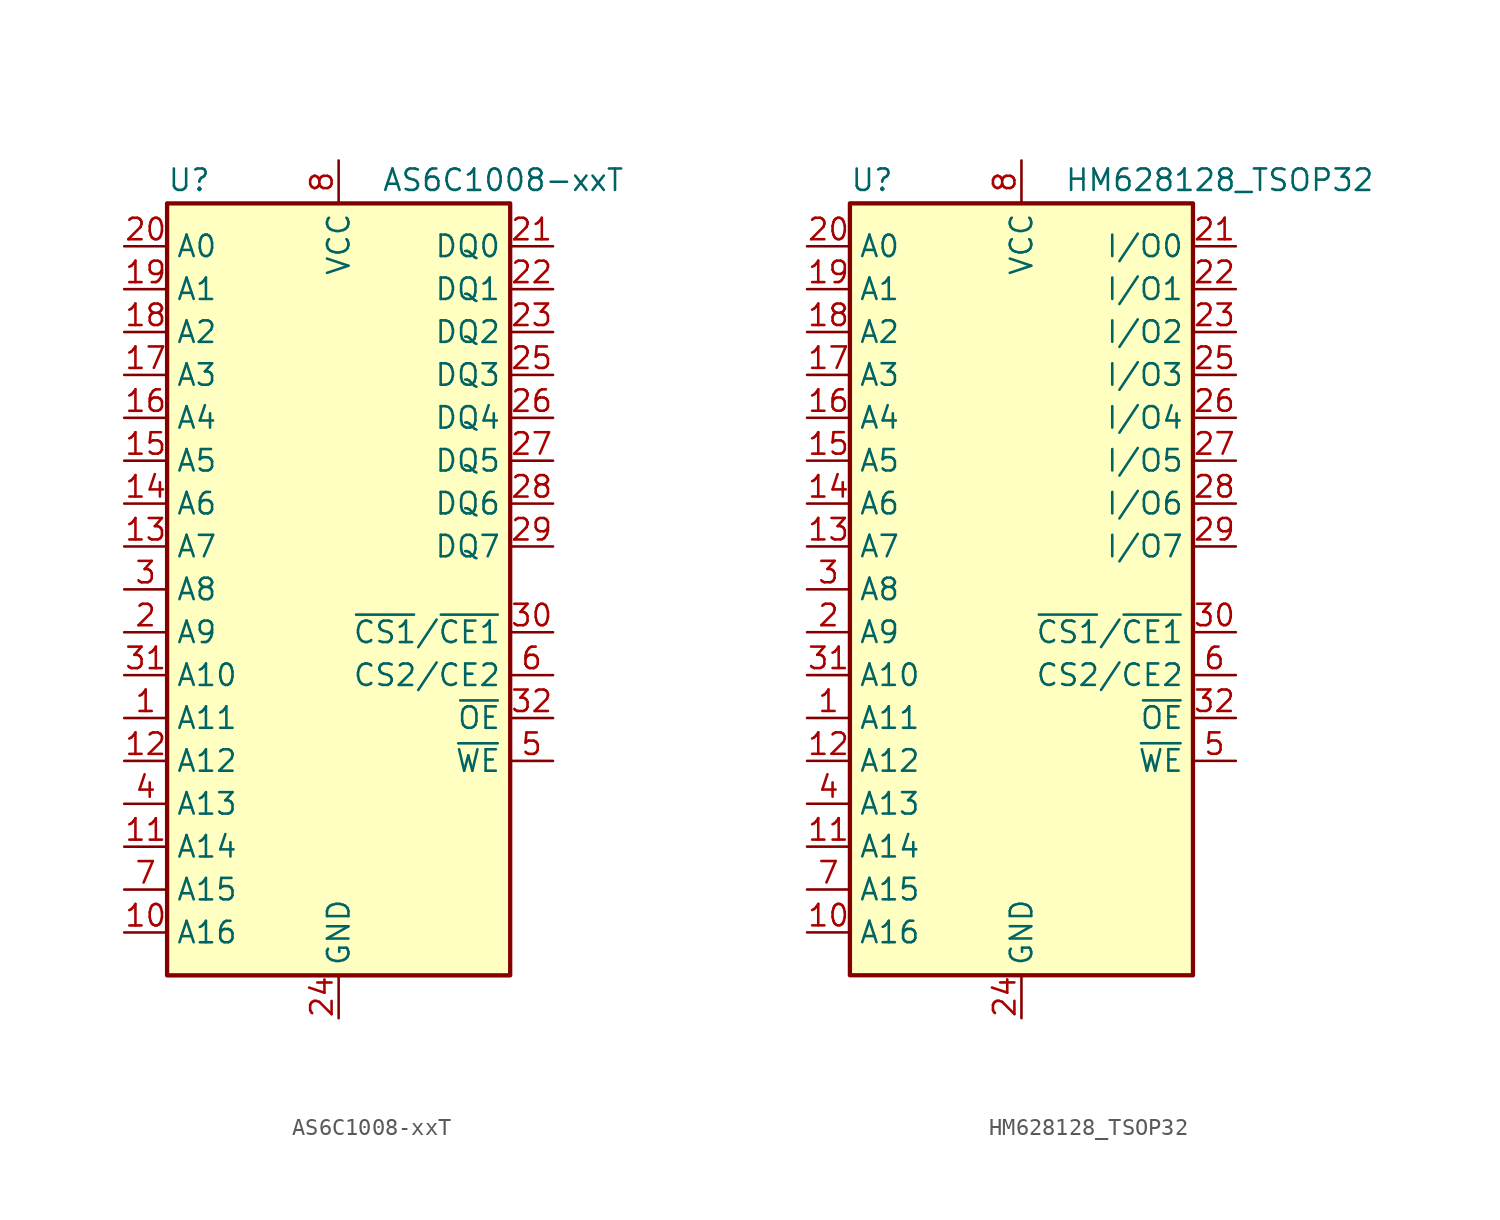
<source format=kicad_sym>
(kicad_symbol_lib
  (version 20241209)
  (generator "kicad_symbol_editor")
  (generator_version "9.0")
  (symbol "AS6C1008-xxT"
    (property "Reference" "U"
      (at -10.16 23.495 0)
      (effects (font (size 1.27 1.27)) (justify left bottom)))
    (property "Value" "AS6C1008-xxT"
      (at 2.54 23.495 0)
      (effects (font (size 1.27 1.27)) (justify left bottom)))
    (symbol "AS6C1008-xxT_0_0"
      (pin power_in line (at 0 25.4 270) (length 2.54) (name "VCC" (effects (font (size 1.27 1.27)))) (number "8" (effects (font (size 1.27 1.27)))))
      (pin power_in line (at 0 -25.4 90) (length 2.54) (name "GND" (effects (font (size 1.27 1.27)))) (number "24" (effects (font (size 1.27 1.27))))))
    (symbol "AS6C1008-xxT_0_1"
      (rectangle (start -10.16 22.86) (end 10.16 -22.86) (stroke (width 0.254) (type default)) (fill (type background))))
    (symbol "AS6C1008-xxT_1_1"
      (pin input line (at -12.7 20.32 0) (length 2.54) (name "A0" (effects (font (size 1.27 1.27)))) (number "20" (effects (font (size 1.27 1.27)))))
      (pin input line (at -12.7 17.78 0) (length 2.54) (name "A1" (effects (font (size 1.27 1.27)))) (number "19" (effects (font (size 1.27 1.27)))))
      (pin input line (at -12.7 15.24 0) (length 2.54) (name "A2" (effects (font (size 1.27 1.27)))) (number "18" (effects (font (size 1.27 1.27)))))
      (pin input line (at -12.7 12.7 0) (length 2.54) (name "A3" (effects (font (size 1.27 1.27)))) (number "17" (effects (font (size 1.27 1.27)))))
      (pin input line (at -12.7 10.16 0) (length 2.54) (name "A4" (effects (font (size 1.27 1.27)))) (number "16" (effects (font (size 1.27 1.27)))))
      (pin input line (at -12.7 7.62 0) (length 2.54) (name "A5" (effects (font (size 1.27 1.27)))) (number "15" (effects (font (size 1.27 1.27)))))
      (pin input line (at -12.7 5.08 0) (length 2.54) (name "A6" (effects (font (size 1.27 1.27)))) (number "14" (effects (font (size 1.27 1.27)))))
      (pin input line (at -12.7 2.54 0) (length 2.54) (name "A7" (effects (font (size 1.27 1.27)))) (number "13" (effects (font (size 1.27 1.27)))))
      (pin input line (at -12.7 0 0) (length 2.54) (name "A8" (effects (font (size 1.27 1.27)))) (number "3" (effects (font (size 1.27 1.27)))))
      (pin input line (at -12.7 -2.54 0) (length 2.54) (name "A9" (effects (font (size 1.27 1.27)))) (number "2" (effects (font (size 1.27 1.27)))))
      (pin input line (at -12.7 -5.08 0) (length 2.54) (name "A10" (effects (font (size 1.27 1.27)))) (number "31" (effects (font (size 1.27 1.27)))))
      (pin input line (at -12.7 -7.62 0) (length 2.54) (name "A11" (effects (font (size 1.27 1.27)))) (number "1" (effects (font (size 1.27 1.27)))))
      (pin input line (at -12.7 -10.16 0) (length 2.54) (name "A12" (effects (font (size 1.27 1.27)))) (number "12" (effects (font (size 1.27 1.27)))))
      (pin input line (at -12.7 -12.7 0) (length 2.54) (name "A13" (effects (font (size 1.27 1.27)))) (number "4" (effects (font (size 1.27 1.27)))))
      (pin input line (at -12.7 -15.24 0) (length 2.54) (name "A14" (effects (font (size 1.27 1.27)))) (number "11" (effects (font (size 1.27 1.27)))))
      (pin input line (at -12.7 -17.78 0) (length 2.54) (name "A15" (effects (font (size 1.27 1.27)))) (number "7" (effects (font (size 1.27 1.27)))))
      (pin input line (at -12.7 -20.32 0) (length 2.54) (name "A16" (effects (font (size 1.27 1.27)))) (number "10" (effects (font (size 1.27 1.27)))))
      (pin no_connect line (at 10.16 -20.32 180) (length 2.54) (hide yes) (name "NC" (effects (font (size 1.27 1.27)))) (number "9" (effects (font (size 1.27 1.27)))))
      (pin tri_state line (at 12.7 20.32 180) (length 2.54) (name "DQ0" (effects (font (size 1.27 1.27)))) (number "21" (effects (font (size 1.27 1.27)))))
      (pin tri_state line (at 12.7 17.78 180) (length 2.54) (name "DQ1" (effects (font (size 1.27 1.27)))) (number "22" (effects (font (size 1.27 1.27)))))
      (pin tri_state line (at 12.7 15.24 180) (length 2.54) (name "DQ2" (effects (font (size 1.27 1.27)))) (number "23" (effects (font (size 1.27 1.27)))))
      (pin tri_state line (at 12.7 12.7 180) (length 2.54) (name "DQ3" (effects (font (size 1.27 1.27)))) (number "25" (effects (font (size 1.27 1.27)))))
      (pin tri_state line (at 12.7 10.16 180) (length 2.54) (name "DQ4" (effects (font (size 1.27 1.27)))) (number "26" (effects (font (size 1.27 1.27)))))
      (pin tri_state line (at 12.7 7.62 180) (length 2.54) (name "DQ5" (effects (font (size 1.27 1.27)))) (number "27" (effects (font (size 1.27 1.27)))))
      (pin tri_state line (at 12.7 5.08 180) (length 2.54) (name "DQ6" (effects (font (size 1.27 1.27)))) (number "28" (effects (font (size 1.27 1.27)))))
      (pin tri_state line (at 12.7 2.54 180) (length 2.54) (name "DQ7" (effects (font (size 1.27 1.27)))) (number "29" (effects (font (size 1.27 1.27)))))
      (pin input line (at 12.7 -2.54 180) (length 2.54) (name "~{CS1}/~{CE1}" (effects (font (size 1.27 1.27)))) (number "30" (effects (font (size 1.27 1.27)))))
      (pin input line (at 12.7 -5.08 180) (length 2.54) (name "CS2/CE2" (effects (font (size 1.27 1.27)))) (number "6" (effects (font (size 1.27 1.27)))))
      (pin input line (at 12.7 -7.62 180) (length 2.54) (name "~{OE}" (effects (font (size 1.27 1.27)))) (number "32" (effects (font (size 1.27 1.27)))))
      (pin input line (at 12.7 -10.16 180) (length 2.54) (name "~{WE}" (effects (font (size 1.27 1.27)))) (number "5" (effects (font (size 1.27 1.27)))))))
  (symbol "HM628128_TSOP32"
    (property "Reference" "U"
      (at -10.16 23.495 0)
      (effects (font (size 1.27 1.27)) (justify left bottom)))
    (property "Value" "HM628128_TSOP32"
      (at 2.54 23.495 0)
      (effects (font (size 1.27 1.27)) (justify left bottom)))
    (symbol "HM628128_TSOP32_0_0"
      (pin power_in line (at 0 25.4 270) (length 2.54) (name "VCC" (effects (font (size 1.27 1.27)))) (number "8" (effects (font (size 1.27 1.27)))))
      (pin power_in line (at 0 -25.4 90) (length 2.54) (name "GND" (effects (font (size 1.27 1.27)))) (number "24" (effects (font (size 1.27 1.27))))))
    (symbol "HM628128_TSOP32_0_1"
      (rectangle (start -10.16 22.86) (end 10.16 -22.86) (stroke (width 0.254) (type default)) (fill (type background))))
    (symbol "HM628128_TSOP32_1_1"
      (pin input line (at -12.7 20.32 0) (length 2.54) (name "A0" (effects (font (size 1.27 1.27)))) (number "20" (effects (font (size 1.27 1.27)))))
      (pin input line (at -12.7 17.78 0) (length 2.54) (name "A1" (effects (font (size 1.27 1.27)))) (number "19" (effects (font (size 1.27 1.27)))))
      (pin input line (at -12.7 15.24 0) (length 2.54) (name "A2" (effects (font (size 1.27 1.27)))) (number "18" (effects (font (size 1.27 1.27)))))
      (pin input line (at -12.7 12.7 0) (length 2.54) (name "A3" (effects (font (size 1.27 1.27)))) (number "17" (effects (font (size 1.27 1.27)))))
      (pin input line (at -12.7 10.16 0) (length 2.54) (name "A4" (effects (font (size 1.27 1.27)))) (number "16" (effects (font (size 1.27 1.27)))))
      (pin input line (at -12.7 7.62 0) (length 2.54) (name "A5" (effects (font (size 1.27 1.27)))) (number "15" (effects (font (size 1.27 1.27)))))
      (pin input line (at -12.7 5.08 0) (length 2.54) (name "A6" (effects (font (size 1.27 1.27)))) (number "14" (effects (font (size 1.27 1.27)))))
      (pin input line (at -12.7 2.54 0) (length 2.54) (name "A7" (effects (font (size 1.27 1.27)))) (number "13" (effects (font (size 1.27 1.27)))))
      (pin input line (at -12.7 0 0) (length 2.54) (name "A8" (effects (font (size 1.27 1.27)))) (number "3" (effects (font (size 1.27 1.27)))))
      (pin input line (at -12.7 -2.54 0) (length 2.54) (name "A9" (effects (font (size 1.27 1.27)))) (number "2" (effects (font (size 1.27 1.27)))))
      (pin input line (at -12.7 -5.08 0) (length 2.54) (name "A10" (effects (font (size 1.27 1.27)))) (number "31" (effects (font (size 1.27 1.27)))))
      (pin input line (at -12.7 -7.62 0) (length 2.54) (name "A11" (effects (font (size 1.27 1.27)))) (number "1" (effects (font (size 1.27 1.27)))))
      (pin input line (at -12.7 -10.16 0) (length 2.54) (name "A12" (effects (font (size 1.27 1.27)))) (number "12" (effects (font (size 1.27 1.27)))))
      (pin input line (at -12.7 -12.7 0) (length 2.54) (name "A13" (effects (font (size 1.27 1.27)))) (number "4" (effects (font (size 1.27 1.27)))))
      (pin input line (at -12.7 -15.24 0) (length 2.54) (name "A14" (effects (font (size 1.27 1.27)))) (number "11" (effects (font (size 1.27 1.27)))))
      (pin input line (at -12.7 -17.78 0) (length 2.54) (name "A15" (effects (font (size 1.27 1.27)))) (number "7" (effects (font (size 1.27 1.27)))))
      (pin input line (at -12.7 -20.32 0) (length 2.54) (name "A16" (effects (font (size 1.27 1.27)))) (number "10" (effects (font (size 1.27 1.27)))))
      (pin no_connect line (at 10.16 -20.32 180) (length 2.54) (hide yes) (name "NC" (effects (font (size 1.27 1.27)))) (number "9" (effects (font (size 1.27 1.27)))))
      (pin tri_state line (at 12.7 20.32 180) (length 2.54) (name "I/O0" (effects (font (size 1.27 1.27)))) (number "21" (effects (font (size 1.27 1.27)))))
      (pin tri_state line (at 12.7 17.78 180) (length 2.54) (name "I/O1" (effects (font (size 1.27 1.27)))) (number "22" (effects (font (size 1.27 1.27)))))
      (pin tri_state line (at 12.7 15.24 180) (length 2.54) (name "I/O2" (effects (font (size 1.27 1.27)))) (number "23" (effects (font (size 1.27 1.27)))))
      (pin tri_state line (at 12.7 12.7 180) (length 2.54) (name "I/O3" (effects (font (size 1.27 1.27)))) (number "25" (effects (font (size 1.27 1.27)))))
      (pin tri_state line (at 12.7 10.16 180) (length 2.54) (name "I/O4" (effects (font (size 1.27 1.27)))) (number "26" (effects (font (size 1.27 1.27)))))
      (pin tri_state line (at 12.7 7.62 180) (length 2.54) (name "I/O5" (effects (font (size 1.27 1.27)))) (number "27" (effects (font (size 1.27 1.27)))))
      (pin tri_state line (at 12.7 5.08 180) (length 2.54) (name "I/O6" (effects (font (size 1.27 1.27)))) (number "28" (effects (font (size 1.27 1.27)))))
      (pin tri_state line (at 12.7 2.54 180) (length 2.54) (name "I/O7" (effects (font (size 1.27 1.27)))) (number "29" (effects (font (size 1.27 1.27)))))
      (pin input line (at 12.7 -2.54 180) (length 2.54) (name "~{CS1}/~{CE1}" (effects (font (size 1.27 1.27)))) (number "30" (effects (font (size 1.27 1.27)))))
      (pin input line (at 12.7 -5.08 180) (length 2.54) (name "CS2/CE2" (effects (font (size 1.27 1.27)))) (number "6" (effects (font (size 1.27 1.27)))))
      (pin input line (at 12.7 -7.62 180) (length 2.54) (name "~{OE}" (effects (font (size 1.27 1.27)))) (number "32" (effects (font (size 1.27 1.27)))))
      (pin input line (at 12.7 -10.16 180) (length 2.54) (name "~{WE}" (effects (font (size 1.27 1.27)))) (number "5" (effects (font (size 1.27 1.27))))))))
</source>
